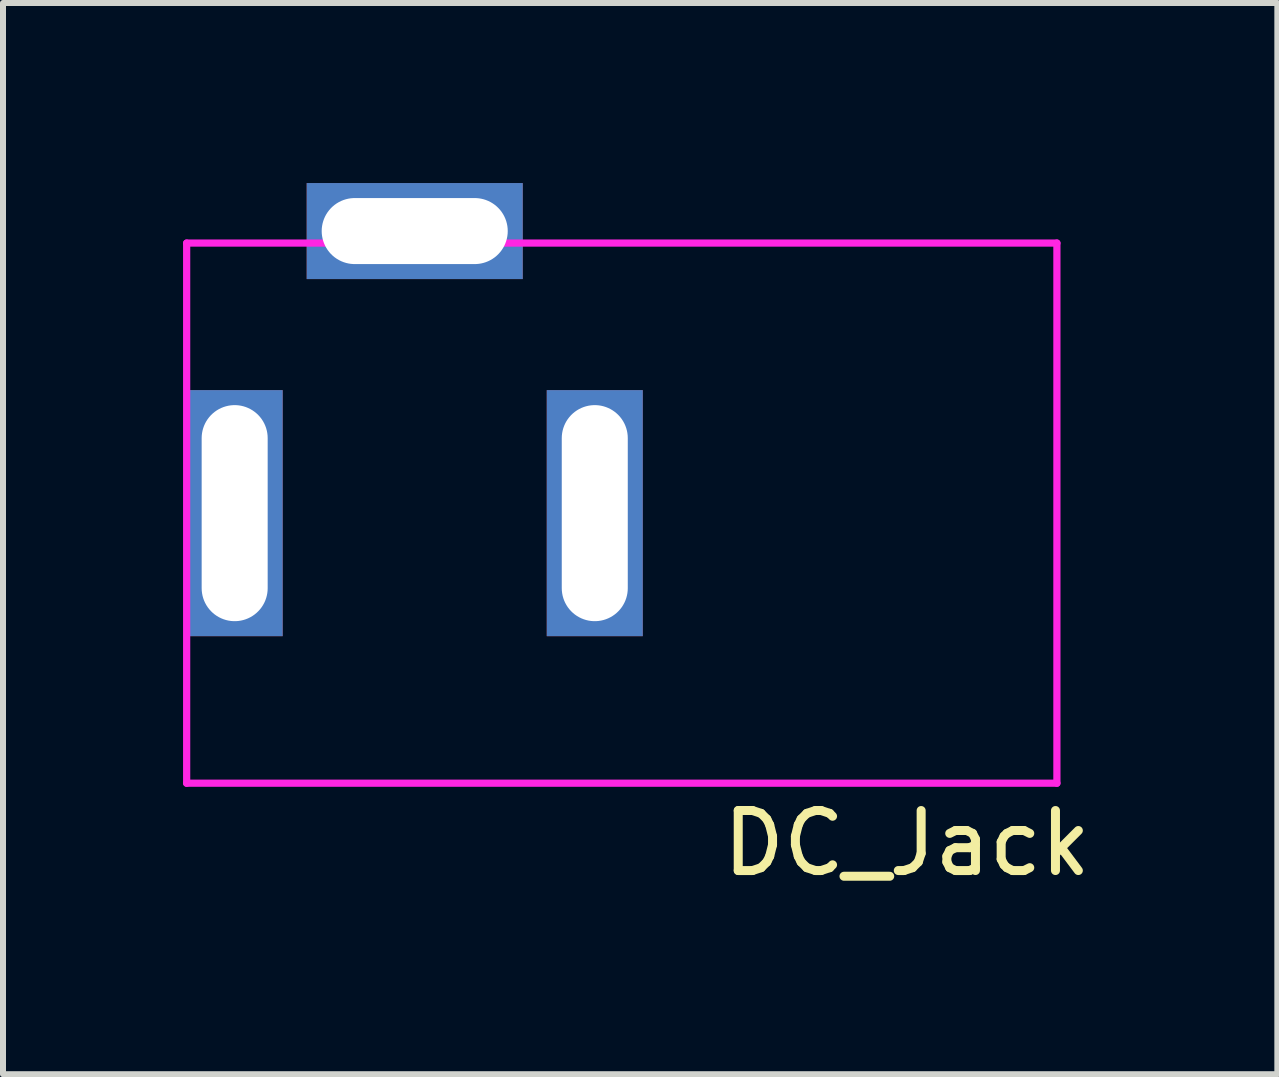
<source format=kicad_pcb>
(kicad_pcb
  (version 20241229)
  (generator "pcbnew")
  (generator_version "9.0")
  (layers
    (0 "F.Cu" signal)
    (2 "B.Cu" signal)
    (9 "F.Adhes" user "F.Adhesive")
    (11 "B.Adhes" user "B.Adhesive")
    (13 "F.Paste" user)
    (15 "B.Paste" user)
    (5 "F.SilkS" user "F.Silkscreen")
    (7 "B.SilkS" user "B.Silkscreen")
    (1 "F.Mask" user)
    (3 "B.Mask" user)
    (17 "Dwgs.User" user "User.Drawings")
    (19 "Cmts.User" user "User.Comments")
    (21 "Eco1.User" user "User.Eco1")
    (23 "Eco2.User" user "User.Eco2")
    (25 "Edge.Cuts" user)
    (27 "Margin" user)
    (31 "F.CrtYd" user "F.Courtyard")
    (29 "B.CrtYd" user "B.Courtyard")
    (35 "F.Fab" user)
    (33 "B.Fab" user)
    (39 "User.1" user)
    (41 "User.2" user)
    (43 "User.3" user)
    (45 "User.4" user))
  (footprint "DC_Jack"
    (layer "F.Cu")
    (at 14.56 5.5)
    (property "Reference" "DC_Jack" (at -2.5 5.5 0) (layer "F.SilkS") (effects (font (size 1 1) (thickness 0.15))))
    (attr through_hole)
    (fp_line (start -14.5 -4.5) (end -14.5 4.5) (stroke (width 0.12) (type solid)) (layer "F.CrtYd"))
    (fp_line (start 0 -4.5) (end -14.5 -4.5) (stroke (width 0.12) (type solid)) (layer "F.CrtYd"))
    (fp_line (start 0 4.5) (end -14.5 4.5) (stroke (width 0.12) (type solid)) (layer "F.CrtYd"))
    (fp_line (start 0 4.5) (end 0 -4.5) (stroke (width 0.12) (type solid)) (layer "F.CrtYd"))
    (pad "1" thru_hole rect (at -13.7 0) (size 1.6 4.1) (drill oval 1.1 3.6) (layers "*.Cu" "*.Mask"))
    (pad "2" thru_hole rect (at -10.7 -4.7 90) (size 1.6 3.6) (drill oval 1.1 3.1) (layers "*.Cu" "*.Mask"))
    (pad "2" thru_hole rect (at -7.7 0) (size 1.6 4.1) (drill oval 1.1 3.6) (layers "*.Cu" "*.Mask")))
  (gr_rect
    (start -3 -3)
    (end 18.233 14.848)
    (stroke (width 0.1) (type default))
    (fill no)
    (layer "Edge.Cuts")))
</source>
